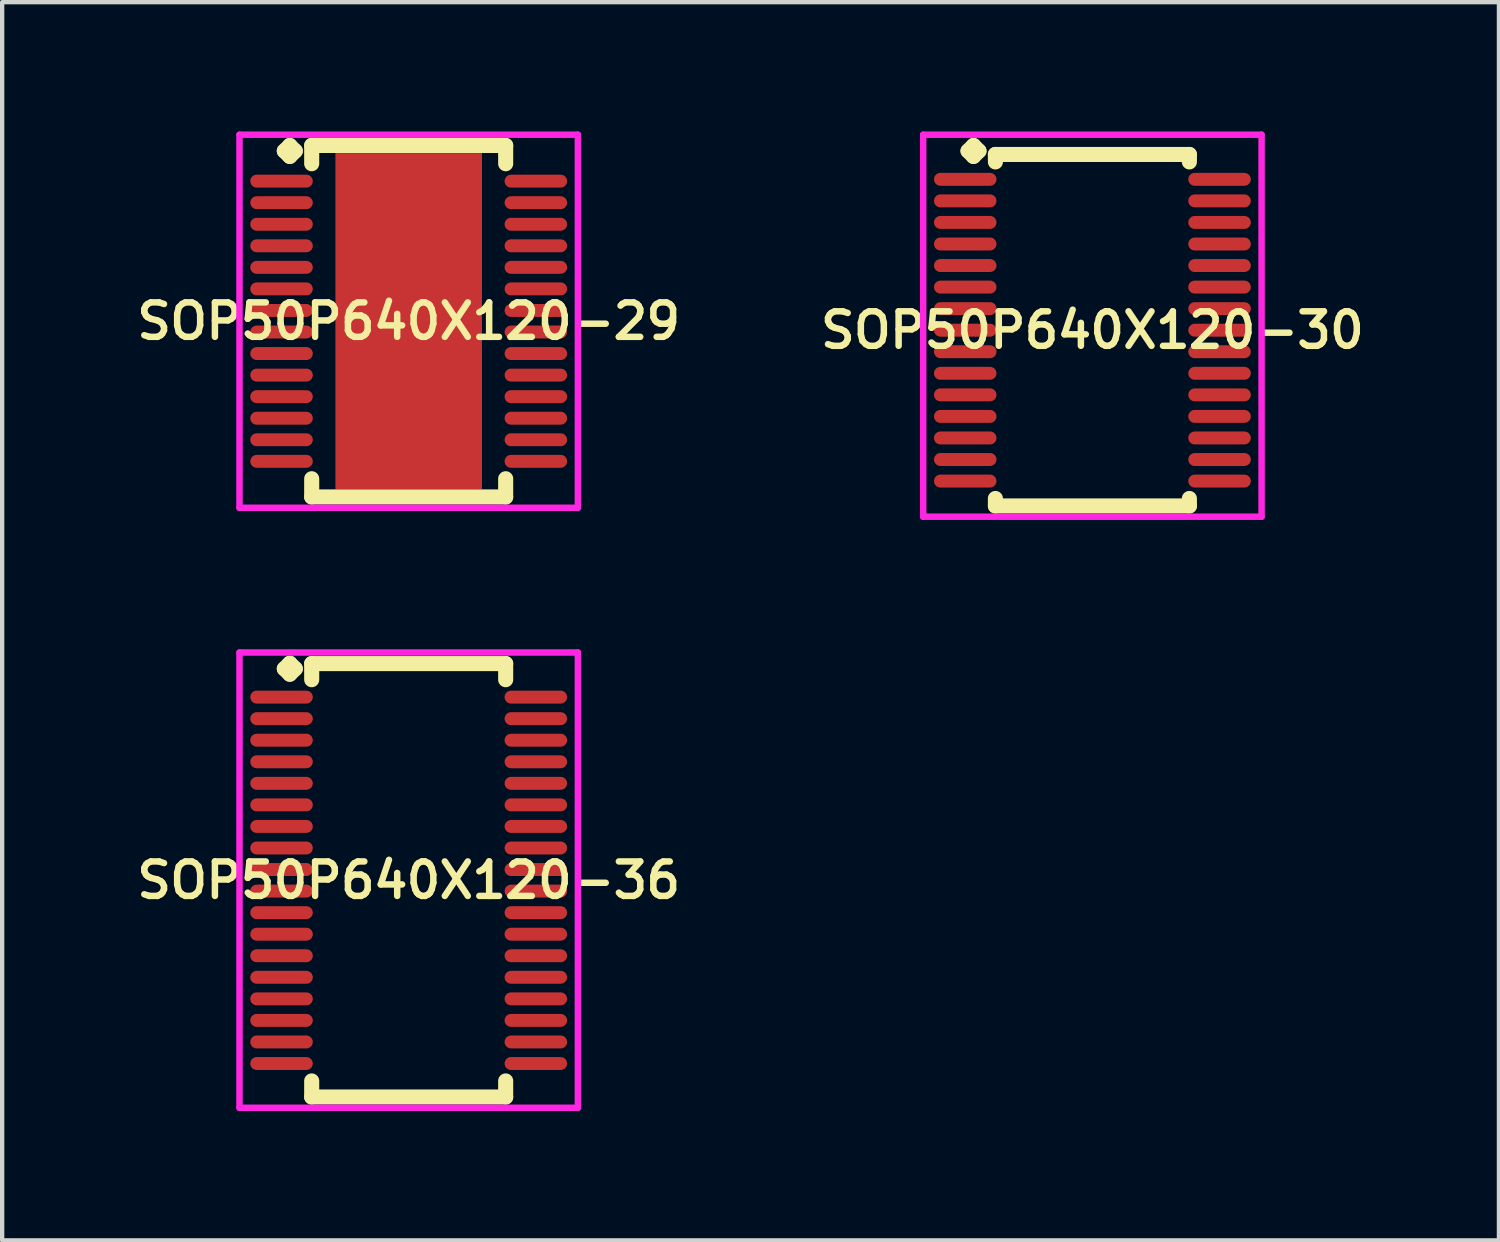
<source format=kicad_pcb>
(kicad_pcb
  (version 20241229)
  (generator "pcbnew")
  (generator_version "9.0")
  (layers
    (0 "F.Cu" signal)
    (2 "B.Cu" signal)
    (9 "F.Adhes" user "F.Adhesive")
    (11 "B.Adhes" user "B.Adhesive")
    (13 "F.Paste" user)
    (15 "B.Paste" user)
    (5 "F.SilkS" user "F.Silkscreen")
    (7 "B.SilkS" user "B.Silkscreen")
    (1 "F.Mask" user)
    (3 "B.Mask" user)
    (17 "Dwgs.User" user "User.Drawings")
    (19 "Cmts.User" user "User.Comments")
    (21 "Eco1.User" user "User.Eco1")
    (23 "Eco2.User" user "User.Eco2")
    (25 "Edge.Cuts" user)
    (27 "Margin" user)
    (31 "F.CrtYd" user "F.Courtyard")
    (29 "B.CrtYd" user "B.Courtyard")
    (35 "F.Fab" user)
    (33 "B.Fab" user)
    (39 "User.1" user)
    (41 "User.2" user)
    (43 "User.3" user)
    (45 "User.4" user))
  (footprint "SOP50P640X120-30"
    (layer "F.Cu")
    (at 22.292 4.61)
    (property "Reference" "SOP50P640X120-30" (at 0 0 0) (layer "F.SilkS") (effects (font (size 0.8 0.8) (thickness 0.15))))
    (attr through_hole)
    (fp_line (start -2.885 -4.158) (end -2.758 -4.285) (stroke (width 0.35) (type solid)) (layer "F.SilkS"))
    (fp_line (start -2.758 -4.285) (end -2.631 -4.158) (stroke (width 0.35) (type solid)) (layer "F.SilkS"))
    (fp_line (start -2.758 -4.031) (end -2.885 -4.158) (stroke (width 0.35) (type solid)) (layer "F.SilkS"))
    (fp_line (start -2.631 -4.158) (end -2.758 -4.031) (stroke (width 0.35) (type solid)) (layer "F.SilkS"))
    (fp_line (start -2.25 -4.077) (end 2.25 -4.077) (stroke (width 0.35) (type solid)) (layer "F.SilkS"))
    (fp_line (start -2.25 -3.904) (end -2.25 -4.077) (stroke (width 0.35) (type solid)) (layer "F.SilkS"))
    (fp_line (start -2.25 3.904) (end -2.25 4.077) (stroke (width 0.35) (type solid)) (layer "F.SilkS"))
    (fp_line (start -2.25 4.077) (end 2.25 4.077) (stroke (width 0.35) (type solid)) (layer "F.SilkS"))
    (fp_line (start 2.25 -4.077) (end 2.25 -3.904) (stroke (width 0.35) (type solid)) (layer "F.SilkS"))
    (fp_line (start 2.25 4.077) (end 2.25 3.904) (stroke (width 0.35) (type solid)) (layer "F.SilkS"))
    (fp_line (start -3.925 -4.535) (end 3.925 -4.535) (stroke (width 0.15) (type solid)) (layer "F.CrtYd"))
    (fp_line (start -3.925 4.327) (end -3.925 -4.535) (stroke (width 0.15) (type solid)) (layer "F.CrtYd"))
    (fp_line (start 3.925 -4.535) (end 3.925 4.327) (stroke (width 0.15) (type solid)) (layer "F.CrtYd"))
    (fp_line (start 3.925 4.327) (end -3.925 4.327) (stroke (width 0.15) (type solid)) (layer "F.CrtYd"))
    (pad "1" smd oval (at -2.95 -3.5) (size 1.45 0.3) (layers "F.Cu" "F.Mask" "F.Paste"))
    (pad "2" smd oval (at -2.95 -3) (size 1.45 0.3) (layers "F.Cu" "F.Mask" "F.Paste"))
    (pad "3" smd oval (at -2.95 -2.5) (size 1.45 0.3) (layers "F.Cu" "F.Mask" "F.Paste"))
    (pad "4" smd oval (at -2.95 -2) (size 1.45 0.3) (layers "F.Cu" "F.Mask" "F.Paste"))
    (pad "5" smd oval (at -2.95 -1.5) (size 1.45 0.3) (layers "F.Cu" "F.Mask" "F.Paste"))
    (pad "6" smd oval (at -2.95 -1) (size 1.45 0.3) (layers "F.Cu" "F.Mask" "F.Paste"))
    (pad "7" smd oval (at -2.95 -0.5) (size 1.45 0.3) (layers "F.Cu" "F.Mask" "F.Paste"))
    (pad "8" smd oval (at -2.95 0) (size 1.45 0.3) (layers "F.Cu" "F.Mask" "F.Paste"))
    (pad "9" smd oval (at -2.95 0.5) (size 1.45 0.3) (layers "F.Cu" "F.Mask" "F.Paste"))
    (pad "10" smd oval (at -2.95 1) (size 1.45 0.3) (layers "F.Cu" "F.Mask" "F.Paste"))
    (pad "11" smd oval (at -2.95 1.5) (size 1.45 0.3) (layers "F.Cu" "F.Mask" "F.Paste"))
    (pad "12" smd oval (at -2.95 2) (size 1.45 0.3) (layers "F.Cu" "F.Mask" "F.Paste"))
    (pad "13" smd oval (at -2.95 2.5) (size 1.45 0.3) (layers "F.Cu" "F.Mask" "F.Paste"))
    (pad "14" smd oval (at -2.95 3) (size 1.45 0.3) (layers "F.Cu" "F.Mask" "F.Paste"))
    (pad "15" smd oval (at -2.95 3.5) (size 1.45 0.3) (layers "F.Cu" "F.Mask" "F.Paste"))
    (pad "16" smd oval (at 2.95 3.5) (size 1.45 0.3) (layers "F.Cu" "F.Mask" "F.Paste"))
    (pad "17" smd oval (at 2.95 3) (size 1.45 0.3) (layers "F.Cu" "F.Mask" "F.Paste"))
    (pad "18" smd oval (at 2.95 2.5) (size 1.45 0.3) (layers "F.Cu" "F.Mask" "F.Paste"))
    (pad "19" smd oval (at 2.95 2) (size 1.45 0.3) (layers "F.Cu" "F.Mask" "F.Paste"))
    (pad "20" smd oval (at 2.95 1.5) (size 1.45 0.3) (layers "F.Cu" "F.Mask" "F.Paste"))
    (pad "21" smd oval (at 2.95 1) (size 1.45 0.3) (layers "F.Cu" "F.Mask" "F.Paste"))
    (pad "22" smd oval (at 2.95 0.5) (size 1.45 0.3) (layers "F.Cu" "F.Mask" "F.Paste"))
    (pad "23" smd oval (at 2.95 0) (size 1.45 0.3) (layers "F.Cu" "F.Mask" "F.Paste"))
    (pad "24" smd oval (at 2.95 -0.5) (size 1.45 0.3) (layers "F.Cu" "F.Mask" "F.Paste"))
    (pad "25" smd oval (at 2.95 -1) (size 1.45 0.3) (layers "F.Cu" "F.Mask" "F.Paste"))
    (pad "26" smd oval (at 2.95 -1.5) (size 1.45 0.3) (layers "F.Cu" "F.Mask" "F.Paste"))
    (pad "27" smd oval (at 2.95 -2) (size 1.45 0.3) (layers "F.Cu" "F.Mask" "F.Paste"))
    (pad "28" smd oval (at 2.95 -2.5) (size 1.45 0.3) (layers "F.Cu" "F.Mask" "F.Paste"))
    (pad "29" smd oval (at 2.95 -3) (size 1.45 0.3) (layers "F.Cu" "F.Mask" "F.Paste"))
    (pad "30" smd oval (at 2.95 -3.5) (size 1.45 0.3) (layers "F.Cu" "F.Mask" "F.Paste")))
  (footprint "SOP50P640X120-29"
    (layer "F.Cu")
    (at 6.431 4.402)
    (property "Reference" "SOP50P640X120-29" (at 0 0 0) (layer "F.SilkS") (effects (font (size 0.8 0.8) (thickness 0.15))))
    (attr smd)
    (fp_line (start -2.885 -3.95) (end -2.758 -4.077) (stroke (width 0.35) (type solid)) (layer "F.SilkS"))
    (fp_line (start -2.758 -4.077) (end -2.631 -3.95) (stroke (width 0.35) (type solid)) (layer "F.SilkS"))
    (fp_line (start -2.758 -3.823) (end -2.885 -3.95) (stroke (width 0.35) (type solid)) (layer "F.SilkS"))
    (fp_line (start -2.631 -3.95) (end -2.758 -3.823) (stroke (width 0.35) (type solid)) (layer "F.SilkS"))
    (fp_line (start -2.25 -4.077) (end 2.25 -4.077) (stroke (width 0.35) (type solid)) (layer "F.SilkS"))
    (fp_line (start -2.25 -3.654) (end -2.25 -4.077) (stroke (width 0.35) (type solid)) (layer "F.SilkS"))
    (fp_line (start -2.25 3.654) (end -2.25 4.077) (stroke (width 0.35) (type solid)) (layer "F.SilkS"))
    (fp_line (start -2.25 4.077) (end 2.25 4.077) (stroke (width 0.35) (type solid)) (layer "F.SilkS"))
    (fp_line (start 2.25 -4.077) (end 2.25 -3.654) (stroke (width 0.35) (type solid)) (layer "F.SilkS"))
    (fp_line (start 2.25 4.077) (end 2.25 3.654) (stroke (width 0.35) (type solid)) (layer "F.SilkS"))
    (fp_line (start -3.925 -4.327) (end 3.925 -4.327) (stroke (width 0.15) (type solid)) (layer "F.CrtYd"))
    (fp_line (start -3.925 4.327) (end -3.925 -4.327) (stroke (width 0.15) (type solid)) (layer "F.CrtYd"))
    (fp_line (start 3.925 -4.327) (end 3.925 4.327) (stroke (width 0.15) (type solid)) (layer "F.CrtYd"))
    (fp_line (start 3.925 4.327) (end -3.925 4.327) (stroke (width 0.15) (type solid)) (layer "F.CrtYd"))
    (pad "1" smd oval (at -2.95 -3.25) (size 1.45 0.3) (layers "F.Cu" "F.Mask" "F.Paste"))
    (pad "2" smd oval (at -2.95 -2.75) (size 1.45 0.3) (layers "F.Cu" "F.Mask" "F.Paste"))
    (pad "3" smd oval (at -2.95 -2.25) (size 1.45 0.3) (layers "F.Cu" "F.Mask" "F.Paste"))
    (pad "4" smd oval (at -2.95 -1.75) (size 1.45 0.3) (layers "F.Cu" "F.Mask" "F.Paste"))
    (pad "5" smd oval (at -2.95 -1.25) (size 1.45 0.3) (layers "F.Cu" "F.Mask" "F.Paste"))
    (pad "6" smd oval (at -2.95 -0.75) (size 1.45 0.3) (layers "F.Cu" "F.Mask" "F.Paste"))
    (pad "7" smd oval (at -2.95 -0.25) (size 1.45 0.3) (layers "F.Cu" "F.Mask" "F.Paste"))
    (pad "8" smd oval (at -2.95 0.25) (size 1.45 0.3) (layers "F.Cu" "F.Mask" "F.Paste"))
    (pad "9" smd oval (at -2.95 0.75) (size 1.45 0.3) (layers "F.Cu" "F.Mask" "F.Paste"))
    (pad "10" smd oval (at -2.95 1.25) (size 1.45 0.3) (layers "F.Cu" "F.Mask" "F.Paste"))
    (pad "11" smd oval (at -2.95 1.75) (size 1.45 0.3) (layers "F.Cu" "F.Mask" "F.Paste"))
    (pad "12" smd oval (at -2.95 2.25) (size 1.45 0.3) (layers "F.Cu" "F.Mask" "F.Paste"))
    (pad "13" smd oval (at -2.95 2.75) (size 1.45 0.3) (layers "F.Cu" "F.Mask" "F.Paste"))
    (pad "14" smd oval (at -2.95 3.25) (size 1.45 0.3) (layers "F.Cu" "F.Mask" "F.Paste"))
    (pad "15" smd oval (at 2.95 3.25) (size 1.45 0.3) (layers "F.Cu" "F.Mask" "F.Paste"))
    (pad "16" smd oval (at 2.95 2.75) (size 1.45 0.3) (layers "F.Cu" "F.Mask" "F.Paste"))
    (pad "17" smd oval (at 2.95 2.25) (size 1.45 0.3) (layers "F.Cu" "F.Mask" "F.Paste"))
    (pad "18" smd oval (at 2.95 1.75) (size 1.45 0.3) (layers "F.Cu" "F.Mask" "F.Paste"))
    (pad "19" smd oval (at 2.95 1.25) (size 1.45 0.3) (layers "F.Cu" "F.Mask" "F.Paste"))
    (pad "20" smd oval (at 2.95 0.75) (size 1.45 0.3) (layers "F.Cu" "F.Mask" "F.Paste"))
    (pad "21" smd oval (at 2.95 0.25) (size 1.45 0.3) (layers "F.Cu" "F.Mask" "F.Paste"))
    (pad "22" smd oval (at 2.95 -0.25) (size 1.45 0.3) (layers "F.Cu" "F.Mask" "F.Paste"))
    (pad "23" smd oval (at 2.95 -0.75) (size 1.45 0.3) (layers "F.Cu" "F.Mask" "F.Paste"))
    (pad "24" smd oval (at 2.95 -1.25) (size 1.45 0.3) (layers "F.Cu" "F.Mask" "F.Paste"))
    (pad "25" smd oval (at 2.95 -1.75) (size 1.45 0.3) (layers "F.Cu" "F.Mask" "F.Paste"))
    (pad "26" smd oval (at 2.95 -2.25) (size 1.45 0.3) (layers "F.Cu" "F.Mask" "F.Paste"))
    (pad "27" smd oval (at 2.95 -2.75) (size 1.45 0.3) (layers "F.Cu" "F.Mask" "F.Paste"))
    (pad "28" smd oval (at 2.95 -3.25) (size 1.45 0.3) (layers "F.Cu" "F.Mask" "F.Paste"))
    (pad "29" smd rect (at 0 0) (size 3.4 7.8) (layers "F.Cu" "F.Mask" "F.Paste")))
  (footprint "SOP50P640X120-36"
    (layer "F.Cu")
    (at 6.431 17.372)
    (property "Reference" "SOP50P640X120-36" (at 0 0 0) (layer "F.SilkS") (effects (font (size 0.8 0.8) (thickness 0.15))))
    (attr smd)
    (fp_line (start -2.885 -4.908) (end -2.758 -5.035) (stroke (width 0.35) (type solid)) (layer "F.SilkS"))
    (fp_line (start -2.758 -5.035) (end -2.631 -4.908) (stroke (width 0.35) (type solid)) (layer "F.SilkS"))
    (fp_line (start -2.758 -4.781) (end -2.885 -4.908) (stroke (width 0.35) (type solid)) (layer "F.SilkS"))
    (fp_line (start -2.631 -4.908) (end -2.758 -4.781) (stroke (width 0.35) (type solid)) (layer "F.SilkS"))
    (fp_line (start -2.25 -5.027) (end 2.25 -5.027) (stroke (width 0.35) (type solid)) (layer "F.SilkS"))
    (fp_line (start -2.25 -4.654) (end -2.25 -5.027) (stroke (width 0.35) (type solid)) (layer "F.SilkS"))
    (fp_line (start -2.25 4.654) (end -2.25 5.027) (stroke (width 0.35) (type solid)) (layer "F.SilkS"))
    (fp_line (start -2.25 5.027) (end 2.25 5.027) (stroke (width 0.35) (type solid)) (layer "F.SilkS"))
    (fp_line (start 2.25 -5.027) (end 2.25 -4.654) (stroke (width 0.35) (type solid)) (layer "F.SilkS"))
    (fp_line (start 2.25 5.027) (end 2.25 4.654) (stroke (width 0.35) (type solid)) (layer "F.SilkS"))
    (fp_line (start -3.925 -5.285) (end 3.925 -5.285) (stroke (width 0.15) (type solid)) (layer "F.CrtYd"))
    (fp_line (start -3.925 5.277) (end -3.925 -5.285) (stroke (width 0.15) (type solid)) (layer "F.CrtYd"))
    (fp_line (start 3.925 -5.285) (end 3.925 5.277) (stroke (width 0.15) (type solid)) (layer "F.CrtYd"))
    (fp_line (start 3.925 5.277) (end -3.925 5.277) (stroke (width 0.15) (type solid)) (layer "F.CrtYd"))
    (pad "1" smd oval (at -2.95 -4.25) (size 1.45 0.3) (layers "F.Cu" "F.Mask" "F.Paste"))
    (pad "2" smd oval (at -2.95 -3.75) (size 1.45 0.3) (layers "F.Cu" "F.Mask" "F.Paste"))
    (pad "3" smd oval (at -2.95 -3.25) (size 1.45 0.3) (layers "F.Cu" "F.Mask" "F.Paste"))
    (pad "4" smd oval (at -2.95 -2.75) (size 1.45 0.3) (layers "F.Cu" "F.Mask" "F.Paste"))
    (pad "5" smd oval (at -2.95 -2.25) (size 1.45 0.3) (layers "F.Cu" "F.Mask" "F.Paste"))
    (pad "6" smd oval (at -2.95 -1.75) (size 1.45 0.3) (layers "F.Cu" "F.Mask" "F.Paste"))
    (pad "7" smd oval (at -2.95 -1.25) (size 1.45 0.3) (layers "F.Cu" "F.Mask" "F.Paste"))
    (pad "8" smd oval (at -2.95 -0.75) (size 1.45 0.3) (layers "F.Cu" "F.Mask" "F.Paste"))
    (pad "9" smd oval (at -2.95 -0.25) (size 1.45 0.3) (layers "F.Cu" "F.Mask" "F.Paste"))
    (pad "10" smd oval (at -2.95 0.25) (size 1.45 0.3) (layers "F.Cu" "F.Mask" "F.Paste"))
    (pad "11" smd oval (at -2.95 0.75) (size 1.45 0.3) (layers "F.Cu" "F.Mask" "F.Paste"))
    (pad "12" smd oval (at -2.95 1.25) (size 1.45 0.3) (layers "F.Cu" "F.Mask" "F.Paste"))
    (pad "13" smd oval (at -2.95 1.75) (size 1.45 0.3) (layers "F.Cu" "F.Mask" "F.Paste"))
    (pad "14" smd oval (at -2.95 2.25) (size 1.45 0.3) (layers "F.Cu" "F.Mask" "F.Paste"))
    (pad "15" smd oval (at -2.95 2.75) (size 1.45 0.3) (layers "F.Cu" "F.Mask" "F.Paste"))
    (pad "16" smd oval (at -2.95 3.25) (size 1.45 0.3) (layers "F.Cu" "F.Mask" "F.Paste"))
    (pad "17" smd oval (at -2.95 3.75) (size 1.45 0.3) (layers "F.Cu" "F.Mask" "F.Paste"))
    (pad "18" smd oval (at -2.95 4.25) (size 1.45 0.3) (layers "F.Cu" "F.Mask" "F.Paste"))
    (pad "19" smd oval (at 2.95 4.25) (size 1.45 0.3) (layers "F.Cu" "F.Mask" "F.Paste"))
    (pad "20" smd oval (at 2.95 3.75) (size 1.45 0.3) (layers "F.Cu" "F.Mask" "F.Paste"))
    (pad "21" smd oval (at 2.95 3.25) (size 1.45 0.3) (layers "F.Cu" "F.Mask" "F.Paste"))
    (pad "22" smd oval (at 2.95 2.75) (size 1.45 0.3) (layers "F.Cu" "F.Mask" "F.Paste"))
    (pad "23" smd oval (at 2.95 2.25) (size 1.45 0.3) (layers "F.Cu" "F.Mask" "F.Paste"))
    (pad "24" smd oval (at 2.95 1.75) (size 1.45 0.3) (layers "F.Cu" "F.Mask" "F.Paste"))
    (pad "25" smd oval (at 2.95 1.25) (size 1.45 0.3) (layers "F.Cu" "F.Mask" "F.Paste"))
    (pad "26" smd oval (at 2.95 0.75) (size 1.45 0.3) (layers "F.Cu" "F.Mask" "F.Paste"))
    (pad "27" smd oval (at 2.95 0.25) (size 1.45 0.3) (layers "F.Cu" "F.Mask" "F.Paste"))
    (pad "28" smd oval (at 2.95 -0.25) (size 1.45 0.3) (layers "F.Cu" "F.Mask" "F.Paste"))
    (pad "29" smd oval (at 2.95 -0.75) (size 1.45 0.3) (layers "F.Cu" "F.Mask" "F.Paste"))
    (pad "30" smd oval (at 2.95 -1.25) (size 1.45 0.3) (layers "F.Cu" "F.Mask" "F.Paste"))
    (pad "31" smd oval (at 2.95 -1.75) (size 1.45 0.3) (layers "F.Cu" "F.Mask" "F.Paste"))
    (pad "32" smd oval (at 2.95 -2.25) (size 1.45 0.3) (layers "F.Cu" "F.Mask" "F.Paste"))
    (pad "33" smd oval (at 2.95 -2.75) (size 1.45 0.3) (layers "F.Cu" "F.Mask" "F.Paste"))
    (pad "34" smd oval (at 2.95 -3.25) (size 1.45 0.3) (layers "F.Cu" "F.Mask" "F.Paste"))
    (pad "35" smd oval (at 2.95 -3.75) (size 1.45 0.3) (layers "F.Cu" "F.Mask" "F.Paste"))
    (pad "36" smd oval (at 2.95 -4.25) (size 1.45 0.3) (layers "F.Cu" "F.Mask" "F.Paste")))
  (gr_rect
    (start -3 -3)
    (end 31.723 25.724)
    (stroke (width 0.1) (type default))
    (fill no)
    (layer "Edge.Cuts")))
</source>
